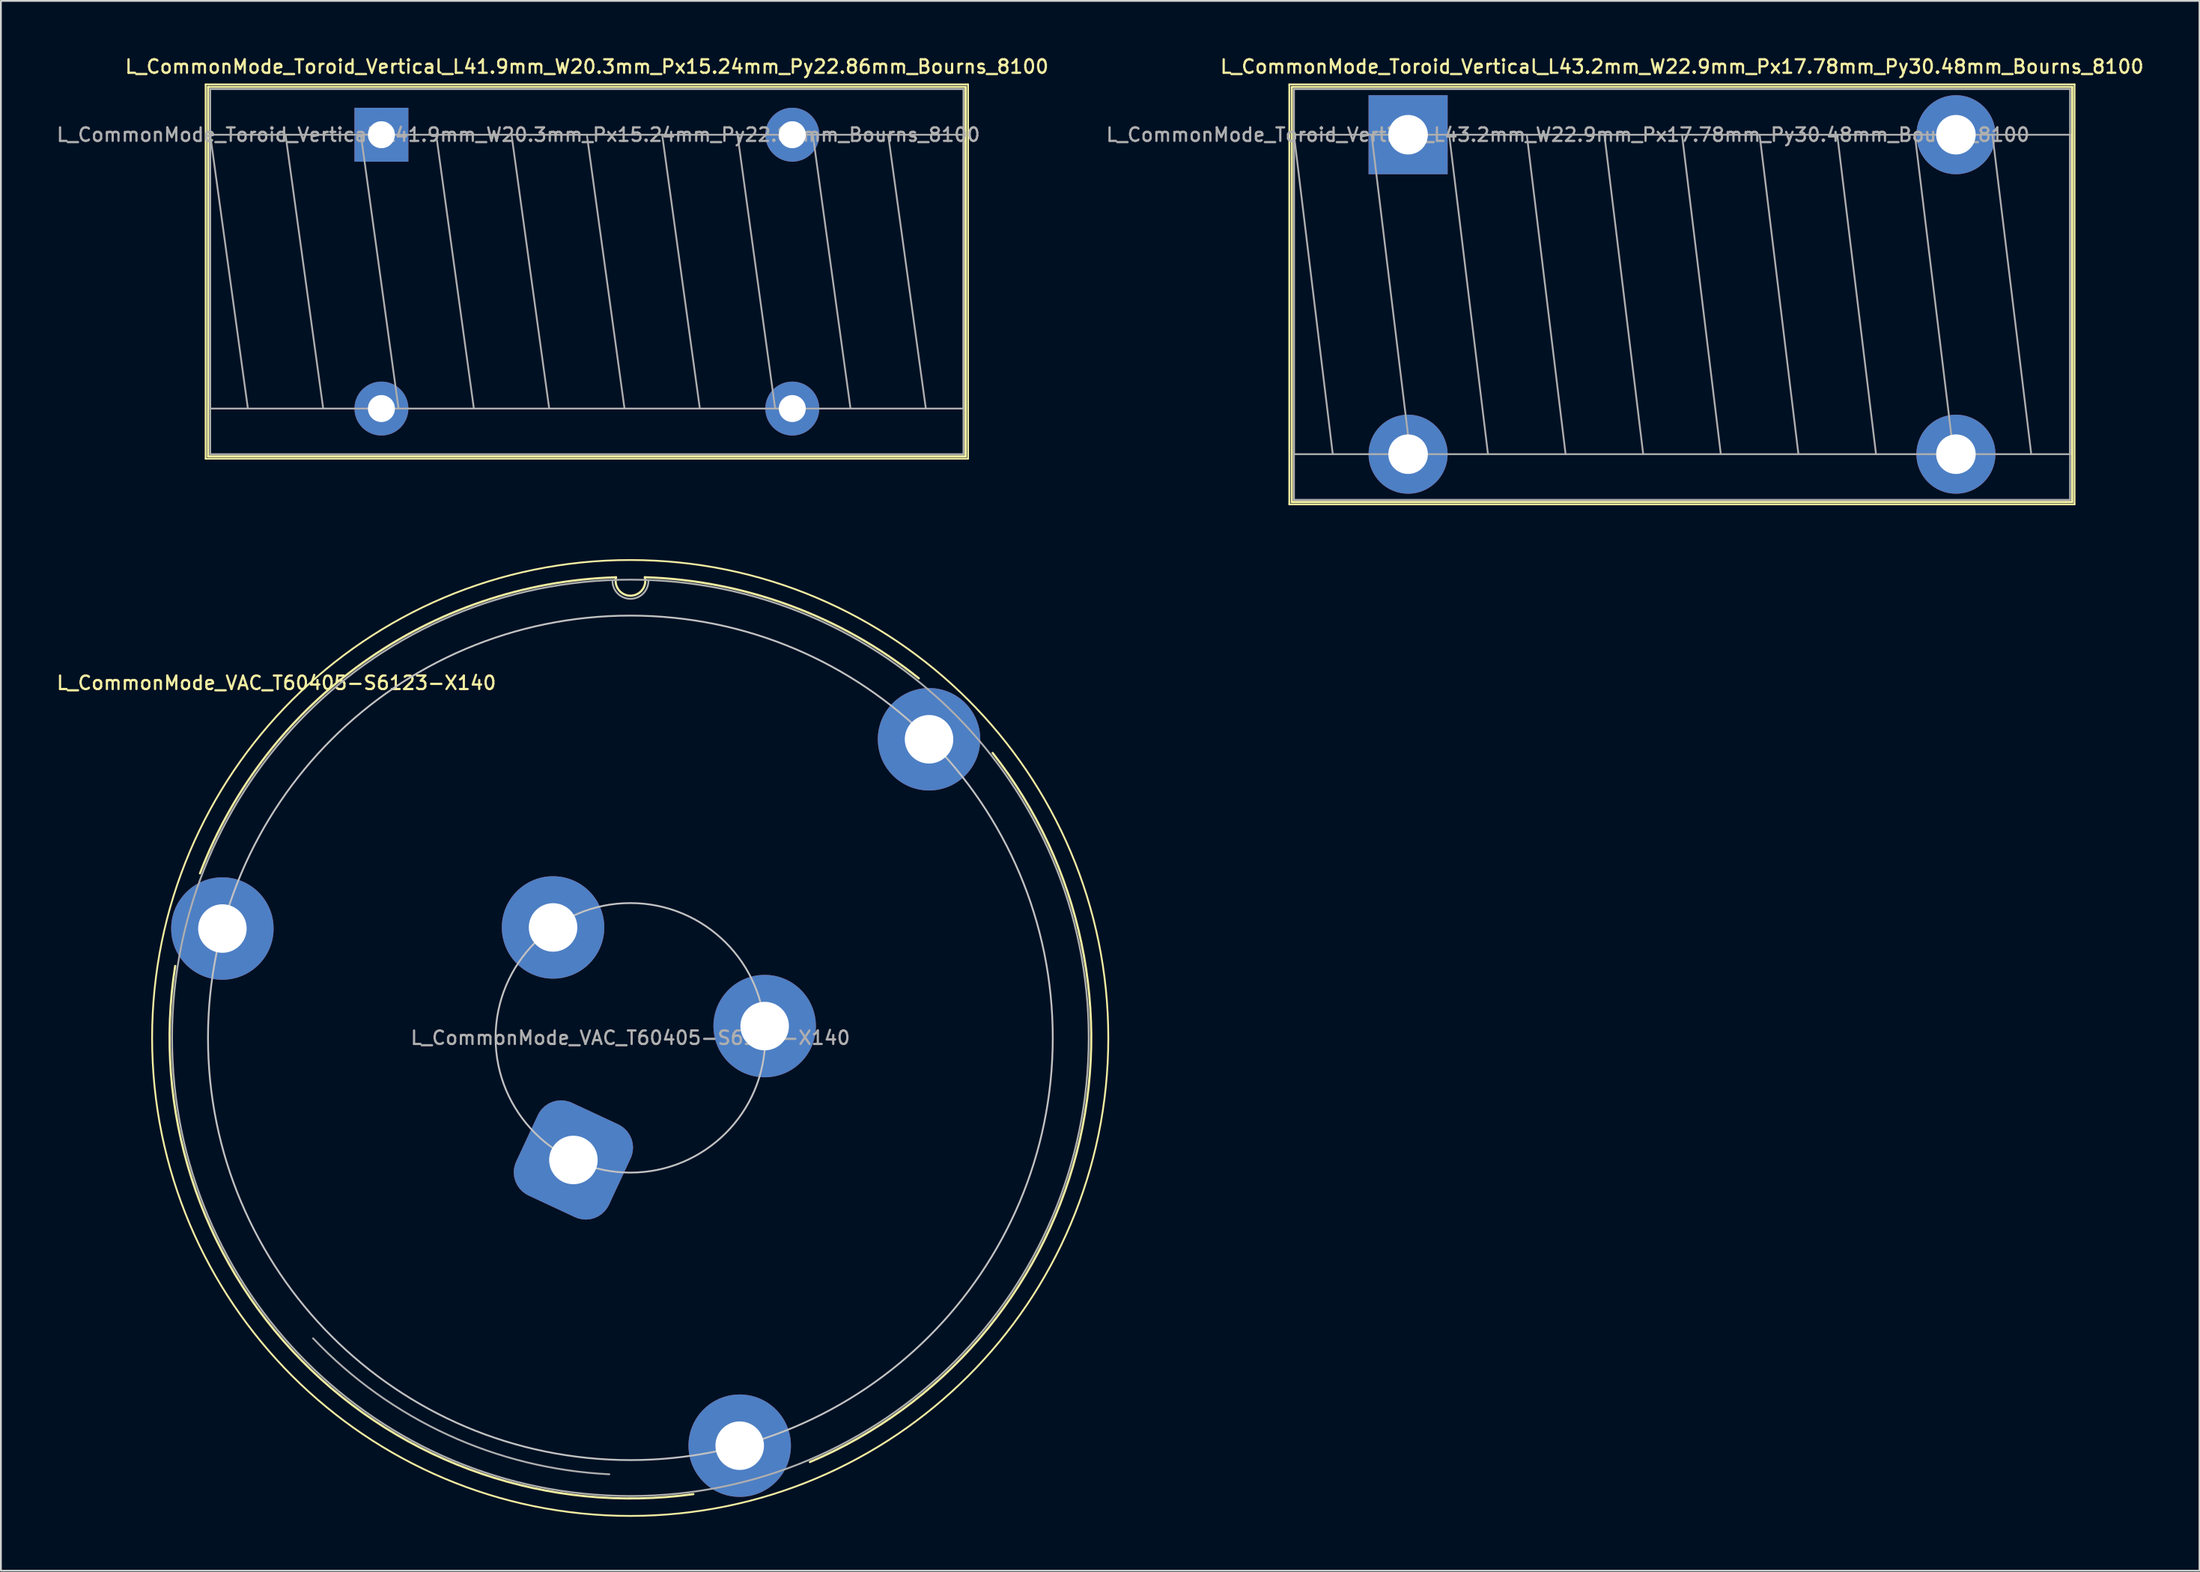
<source format=kicad_pcb>
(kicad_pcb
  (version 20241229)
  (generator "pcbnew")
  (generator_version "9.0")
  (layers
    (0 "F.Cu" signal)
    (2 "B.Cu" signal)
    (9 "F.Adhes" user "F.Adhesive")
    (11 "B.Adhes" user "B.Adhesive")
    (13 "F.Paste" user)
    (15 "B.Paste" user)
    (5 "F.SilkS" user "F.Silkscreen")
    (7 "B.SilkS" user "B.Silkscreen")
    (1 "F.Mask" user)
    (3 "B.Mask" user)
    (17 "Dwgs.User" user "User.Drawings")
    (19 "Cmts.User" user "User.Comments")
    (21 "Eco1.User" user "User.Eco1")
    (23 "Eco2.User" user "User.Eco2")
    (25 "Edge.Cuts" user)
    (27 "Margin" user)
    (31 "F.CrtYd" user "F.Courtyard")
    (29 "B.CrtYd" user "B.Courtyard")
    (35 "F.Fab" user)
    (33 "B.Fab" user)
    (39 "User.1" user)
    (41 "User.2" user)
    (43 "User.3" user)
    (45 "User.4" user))
  (footprint "L_CommonMode_Toroid_Vertical_L43.2mm_W22.9mm_Px17.78mm_Py30.48mm_Bourns_8100"
    (layer "F.Cu")
    (at 75.293 4.448)
    (property "Reference" "L_CommonMode_Toroid_Vertical_L43.2mm_W22.9mm_Px17.78mm_Py30.48mm_Bourns_8100" (at 15.24 -3.79 0) (layer "F.SilkS") (effects (font (size 0.75 0.75) (thickness 0.125))))
    (attr through_hole)
    (fp_line (start -6.61 -2.8) (end -6.61 20.57) (stroke (width 0.1) (type solid)) (layer "F.SilkS"))
    (fp_line (start -6.61 20.57) (end 37.08 20.57) (stroke (width 0.1) (type solid)) (layer "F.SilkS"))
    (fp_line (start -6.47 -2.66) (end -6.47 20.44) (stroke (width 0.12) (type solid)) (layer "F.SilkS"))
    (fp_line (start -6.47 -2.66) (end 36.95 -2.66) (stroke (width 0.12) (type solid)) (layer "F.SilkS"))
    (fp_line (start -6.47 20.44) (end 36.95 20.44) (stroke (width 0.12) (type solid)) (layer "F.SilkS"))
    (fp_line (start 36.95 -2.66) (end 36.95 20.44) (stroke (width 0.12) (type solid)) (layer "F.SilkS"))
    (fp_line (start 37.08 -2.8) (end -6.61 -2.8) (stroke (width 0.1) (type solid)) (layer "F.SilkS"))
    (fp_line (start 37.08 20.57) (end 37.08 -2.8) (stroke (width 0.1) (type solid)) (layer "F.SilkS"))
    (fp_line (start -6.35 -2.54) (end -6.35 20.32) (stroke (width 0.1) (type solid)) (layer "F.Fab"))
    (fp_line (start -6.35 0) (end -6.35 17.78) (stroke (width 0.1) (type solid)) (layer "F.Fab"))
    (fp_line (start -6.35 0) (end -4.191 17.78) (stroke (width 0.1) (type solid)) (layer "F.Fab"))
    (fp_line (start -6.35 17.78) (end 36.83 17.78) (stroke (width 0.1) (type solid)) (layer "F.Fab"))
    (fp_line (start -6.35 20.32) (end 36.83 20.32) (stroke (width 0.1) (type solid)) (layer "F.Fab"))
    (fp_line (start -2.032 0) (end 0.127 17.78) (stroke (width 0.1) (type solid)) (layer "F.Fab"))
    (fp_line (start 2.286 0) (end 4.445 17.78) (stroke (width 0.1) (type solid)) (layer "F.Fab"))
    (fp_line (start 6.604 0) (end 8.763 17.78) (stroke (width 0.1) (type solid)) (layer "F.Fab"))
    (fp_line (start 10.922 0) (end 13.081 17.78) (stroke (width 0.1) (type solid)) (layer "F.Fab"))
    (fp_line (start 15.24 0) (end 17.399 17.78) (stroke (width 0.1) (type solid)) (layer "F.Fab"))
    (fp_line (start 19.558 0) (end 21.717 17.78) (stroke (width 0.1) (type solid)) (layer "F.Fab"))
    (fp_line (start 23.876 0) (end 26.035 17.78) (stroke (width 0.1) (type solid)) (layer "F.Fab"))
    (fp_line (start 28.194 0) (end 30.353 17.78) (stroke (width 0.1) (type solid)) (layer "F.Fab"))
    (fp_line (start 32.512 0) (end 34.671 17.78) (stroke (width 0.1) (type solid)) (layer "F.Fab"))
    (fp_line (start 36.83 -2.54) (end -6.35 -2.54) (stroke (width 0.1) (type solid)) (layer "F.Fab"))
    (fp_line (start 36.83 0) (end -6.35 0) (stroke (width 0.1) (type solid)) (layer "F.Fab"))
    (fp_line (start 36.83 17.78) (end 36.83 0) (stroke (width 0.1) (type solid)) (layer "F.Fab"))
    (fp_line (start 36.83 20.32) (end 36.83 -2.54) (stroke (width 0.1) (type solid)) (layer "F.Fab"))
    (fp_text user "${REFERENCE}" (at 8.89 0 0) (layer "F.Fab") (effects (font (size 0.75 0.75) (thickness 0.125))))
    (pad "1" thru_hole rect (at 0 0) (size 4.4 4.4) (drill 2.2) (layers "*.Cu" "*.Mask"))
    (pad "2" thru_hole circle (at 0 17.78) (size 4.4 4.4) (drill 2.2) (layers "*.Cu" "*.Mask"))
    (pad "3" thru_hole circle (at 30.48 17.78) (size 4.4 4.4) (drill 2.2) (layers "*.Cu" "*.Mask"))
    (pad "4" thru_hole circle (at 30.48 0) (size 4.4 4.4) (drill 2.2) (layers "*.Cu" "*.Mask")))
  (footprint "L_CommonMode_Toroid_Vertical_L41.9mm_W20.3mm_Px15.24mm_Py22.86mm_Bourns_8100"
    (layer "F.Cu")
    (at 18.171 4.448)
    (property "Reference" "L_CommonMode_Toroid_Vertical_L41.9mm_W20.3mm_Px15.24mm_Py22.86mm_Bourns_8100" (at 11.43 -3.79 0) (layer "F.SilkS") (effects (font (size 0.75 0.75) (thickness 0.125))))
    (attr through_hole)
    (fp_line (start -9.78 -2.8) (end -9.78 18.03) (stroke (width 0.1) (type solid)) (layer "F.SilkS"))
    (fp_line (start -9.78 18.03) (end 32.64 18.03) (stroke (width 0.1) (type solid)) (layer "F.SilkS"))
    (fp_line (start -9.645 -2.66) (end -9.645 17.9) (stroke (width 0.12) (type solid)) (layer "F.SilkS"))
    (fp_line (start -9.645 -2.66) (end 32.505 -2.66) (stroke (width 0.12) (type solid)) (layer "F.SilkS"))
    (fp_line (start -9.645 17.9) (end 32.505 17.9) (stroke (width 0.12) (type solid)) (layer "F.SilkS"))
    (fp_line (start 32.505 -2.66) (end 32.505 17.9) (stroke (width 0.12) (type solid)) (layer "F.SilkS"))
    (fp_line (start 32.64 -2.8) (end -9.78 -2.8) (stroke (width 0.1) (type solid)) (layer "F.SilkS"))
    (fp_line (start 32.64 18.03) (end 32.64 -2.8) (stroke (width 0.1) (type solid)) (layer "F.SilkS"))
    (fp_line (start -9.525 -2.54) (end -9.525 17.78) (stroke (width 0.1) (type solid)) (layer "F.Fab"))
    (fp_line (start -9.525 0) (end -9.525 15.24) (stroke (width 0.1) (type solid)) (layer "F.Fab"))
    (fp_line (start -9.525 0) (end -7.429 15.24) (stroke (width 0.1) (type solid)) (layer "F.Fab"))
    (fp_line (start -9.525 15.24) (end 32.385 15.24) (stroke (width 0.1) (type solid)) (layer "F.Fab"))
    (fp_line (start -9.525 17.78) (end 32.385 17.78) (stroke (width 0.1) (type solid)) (layer "F.Fab"))
    (fp_line (start -5.334 0) (end -3.239 15.24) (stroke (width 0.1) (type solid)) (layer "F.Fab"))
    (fp_line (start -1.143 0) (end 0.953 15.24) (stroke (width 0.1) (type solid)) (layer "F.Fab"))
    (fp_line (start 3.048 0) (end 5.144 15.24) (stroke (width 0.1) (type solid)) (layer "F.Fab"))
    (fp_line (start 7.239 0) (end 9.335 15.24) (stroke (width 0.1) (type solid)) (layer "F.Fab"))
    (fp_line (start 11.43 0) (end 13.525 15.24) (stroke (width 0.1) (type solid)) (layer "F.Fab"))
    (fp_line (start 15.621 0) (end 17.716 15.24) (stroke (width 0.1) (type solid)) (layer "F.Fab"))
    (fp_line (start 19.812 0) (end 21.907 15.24) (stroke (width 0.1) (type solid)) (layer "F.Fab"))
    (fp_line (start 24.003 0) (end 26.099 15.24) (stroke (width 0.1) (type solid)) (layer "F.Fab"))
    (fp_line (start 28.194 0) (end 30.29 15.24) (stroke (width 0.1) (type solid)) (layer "F.Fab"))
    (fp_line (start 32.385 -2.54) (end -9.525 -2.54) (stroke (width 0.1) (type solid)) (layer "F.Fab"))
    (fp_line (start 32.385 0) (end -9.525 0) (stroke (width 0.1) (type solid)) (layer "F.Fab"))
    (fp_line (start 32.385 15.24) (end 32.385 0) (stroke (width 0.1) (type solid)) (layer "F.Fab"))
    (fp_line (start 32.385 17.78) (end 32.385 -2.54) (stroke (width 0.1) (type solid)) (layer "F.Fab"))
    (fp_text user "${REFERENCE}" (at 7.62 0 0) (layer "F.Fab") (effects (font (size 0.75 0.75) (thickness 0.125))))
    (pad "1" thru_hole rect (at 0 0) (size 3 3) (drill 1.5) (layers "*.Cu" "*.Mask"))
    (pad "2" thru_hole circle (at 0 15.24) (size 3 3) (drill 1.5) (layers "*.Cu" "*.Mask"))
    (pad "3" thru_hole circle (at 22.86 15.24) (size 3 3) (drill 1.5) (layers "*.Cu" "*.Mask"))
    (pad "4" thru_hole circle (at 22.86 0) (size 3 3) (drill 1.5) (layers "*.Cu" "*.Mask")))
  (footprint "L_CommonMode_VAC_T60405-S6123-X140"
    (layer "F.Cu")
    (at 28.853 61.508)
    (property "Reference" "L_CommonMode_VAC_T60405-S6123-X140" (at -16.526 -26.552 0) (layer "F.SilkS") (effects (font (size 0.75 0.75) (thickness 0.125))))
    (attr through_hole)
    (fp_arc (start -20.776007 -15.952412) (mid -11.692182 -27.690731) (end 2.374076 -32.428281) (stroke (width 0.12) (type solid)) (layer "F.SilkS"))
    (fp_arc (start 3.973992 -32.430985) (mid 3.173992 -31.402412) (end 2.373992 -32.430985) (stroke (width 0.12) (type solid)) (layer "F.SilkS"))
    (fp_arc (start 3.973992 -32.430985) (mid 12.052701 -30.857188) (end 19.216585 -26.804886) (stroke (width 0.12) (type solid)) (layer "F.SilkS"))
    (fp_arc (start 6.673992 18.597588) (mid -15.133842 11.149764) (end -22.155118 -10.799117) (stroke (width 0.12) (type solid)) (layer "F.SilkS"))
    (fp_arc (start 23.323992 -22.652412) (mid 28.000275 -0.407053) (end 13.158224 16.810296) (stroke (width 0.12) (type solid)) (layer "F.SilkS"))
    (fp_circle (center 3.16 -6.79) (end 29.76 -6.79) (stroke (width 0.1) (type solid)) (fill no) (layer "F.SilkS"))
    (fp_circle (center 3.17 -6.797) (end 10.67 -6.797) (stroke (width 0.1) (type solid)) (fill no) (layer "Dwgs.User"))
    (fp_circle (center 3.17 -6.797) (end 26.67 -6.797) (stroke (width 0.1) (type solid)) (fill no) (layer "Dwgs.User"))
    (fp_arc (start 1.999637 17.492691) (mid -6.974268 15.302881) (end -14.48457 9.925001) (stroke (width 0.1) (type default)) (layer "F.Fab"))
    (fp_arc (start 4.173992 -32.230985) (mid 3.173992 -31.230985) (end 2.173992 -32.230985) (stroke (width 0.1) (type solid)) (layer "F.Fab"))
    (fp_circle (center 3.17 -6.797) (end 28.67 -6.797) (stroke (width 0.1) (type solid)) (fill no) (layer "F.Fab"))
    (fp_text user "${REFERENCE}" (at 3.17 -6.797 0) (layer "F.Fab") (effects (font (size 0.75 0.75) (thickness 0.125))))
    (pad "1" thru_hole roundrect (at 0 0 335) (size 5.7 5.7) (drill 2.7) (layers "*.Cu" "*.Mask") (roundrect_rratio 0.25))
    (pad "2" thru_hole circle (at -19.53 -12.88) (size 5.7 5.7) (drill 2.7) (layers "*.Cu" "*.Mask"))
    (pad "3" thru_hole circle (at -1.132 -12.941 250) (size 5.7 5.7) (drill 2.7) (layers "*.Cu" "*.Mask"))
    (pad "4" thru_hole circle (at 19.787 -23.414) (size 5.7 5.7) (drill 2.7) (layers "*.Cu" "*.Mask"))
    (pad "5" thru_hole circle (at 10.641 -7.451) (size 5.7 5.7) (drill 2.7) (layers "*.Cu" "*.Mask"))
    (pad "6" thru_hole circle (at 9.252 15.902) (size 5.7 5.7) (drill 2.7) (layers "*.Cu" "*.Mask")))
  (gr_rect
    (start -3 -3)
    (end 119.324 84.368)
    (stroke (width 0.1) (type default))
    (fill no)
    (layer "Edge.Cuts")))
</source>
